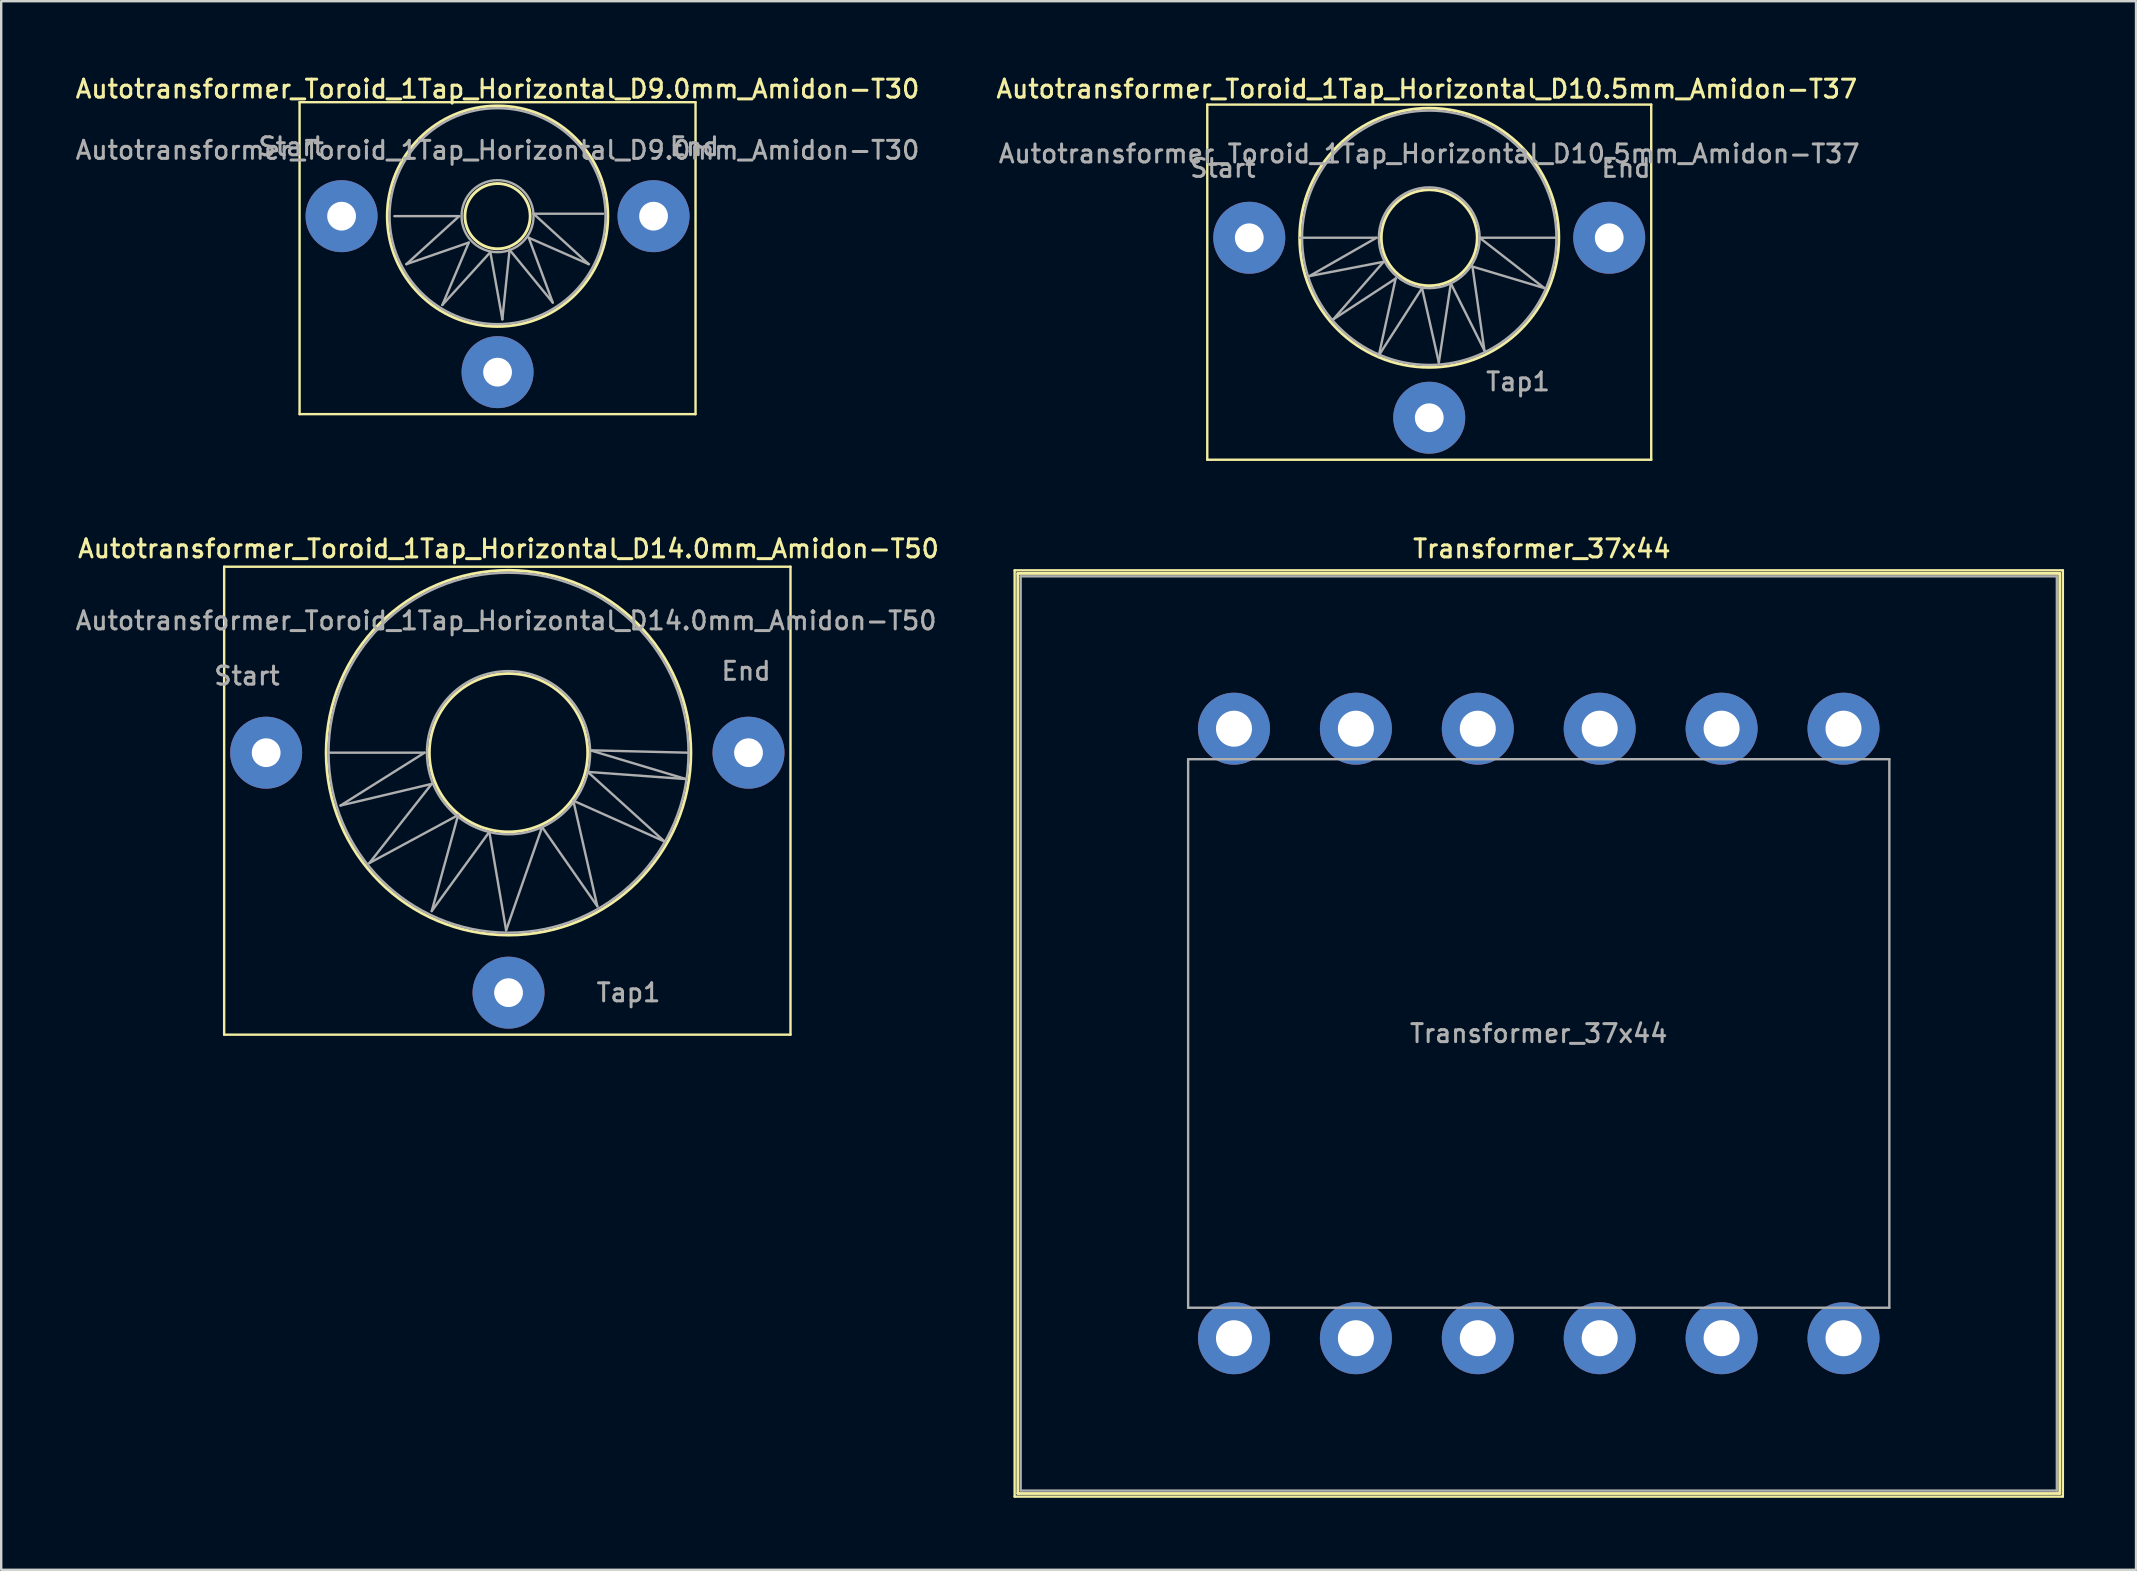
<source format=kicad_pcb>
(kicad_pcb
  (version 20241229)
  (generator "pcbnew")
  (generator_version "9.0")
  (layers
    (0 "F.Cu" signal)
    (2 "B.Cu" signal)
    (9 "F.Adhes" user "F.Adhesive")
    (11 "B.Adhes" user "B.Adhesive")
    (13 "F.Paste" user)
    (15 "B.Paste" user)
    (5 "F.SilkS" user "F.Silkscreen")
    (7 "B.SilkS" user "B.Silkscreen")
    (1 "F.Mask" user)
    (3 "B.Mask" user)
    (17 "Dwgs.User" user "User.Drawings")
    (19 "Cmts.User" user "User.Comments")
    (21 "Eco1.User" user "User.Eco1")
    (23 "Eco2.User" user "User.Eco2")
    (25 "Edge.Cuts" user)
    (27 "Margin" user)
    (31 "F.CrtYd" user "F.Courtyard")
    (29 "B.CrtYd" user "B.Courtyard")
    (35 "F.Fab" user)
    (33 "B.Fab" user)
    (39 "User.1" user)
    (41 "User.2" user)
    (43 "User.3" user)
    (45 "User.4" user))
  (footprint "Autotransformer_Toroid_1Tap_Horizontal_D9.0mm_Amidon-T30"
    (layer "F.Cu")
    (at 11.184 5.958)
    (property "Reference" "Autotransformer_Toroid_1Tap_Horizontal_D9.0mm_Amidon-T30" (at 6.5 -5.3 0) (layer "F.SilkS") (effects (font (size 0.75 0.75) (thickness 0.125))))
    (attr through_hole)
    (fp_line (start -1.75 -4.75) (end -1.75 8.25) (stroke (width 0.1) (type solid)) (layer "F.SilkS"))
    (fp_line (start -1.75 -4.75) (end 14.75 -4.75) (stroke (width 0.1) (type solid)) (layer "F.SilkS"))
    (fp_line (start 14.75 8.25) (end -1.75 8.25) (stroke (width 0.1) (type solid)) (layer "F.SilkS"))
    (fp_line (start 14.75 8.25) (end 14.75 -4.75) (stroke (width 0.1) (type solid)) (layer "F.SilkS"))
    (fp_circle (center 6.5 0) (end 7.6 0.8) (stroke (width 0.12) (type solid)) (fill no) (layer "F.SilkS"))
    (fp_circle (center 6.5 0) (end 9.8 3.2) (stroke (width 0.12) (type solid)) (fill no) (layer "F.SilkS"))
    (fp_line (start 2.2 0) (end 4.9 0) (stroke (width 0.1) (type solid)) (layer "F.Fab"))
    (fp_line (start 2.7 2) (end 5.3 1.1) (stroke (width 0.1) (type solid)) (layer "F.Fab"))
    (fp_line (start 4.2 3.7) (end 6.2 1.5) (stroke (width 0.1) (type solid)) (layer "F.Fab"))
    (fp_line (start 4.9 0) (end 2.7 2) (stroke (width 0.1) (type solid)) (layer "F.Fab"))
    (fp_line (start 5.3 1.1) (end 4.2 3.7) (stroke (width 0.1) (type solid)) (layer "F.Fab"))
    (fp_line (start 6.2 1.5) (end 6.7 4.3) (stroke (width 0.1) (type solid)) (layer "F.Fab"))
    (fp_line (start 6.7 4.3) (end 7 1.4) (stroke (width 0.1) (type solid)) (layer "F.Fab"))
    (fp_line (start 7 1.4) (end 8.8 3.6) (stroke (width 0.1) (type solid)) (layer "F.Fab"))
    (fp_line (start 7.8 0.9) (end 10.3 2) (stroke (width 0.1) (type solid)) (layer "F.Fab"))
    (fp_line (start 8 -0.1) (end 10.9 -0.1) (stroke (width 0.1) (type solid)) (layer "F.Fab"))
    (fp_line (start 8.8 3.6) (end 7.8 0.9) (stroke (width 0.1) (type solid)) (layer "F.Fab"))
    (fp_line (start 10.3 2) (end 8 -0.1) (stroke (width 0.1) (type solid)) (layer "F.Fab"))
    (fp_circle (center 6.5 0) (end 8 0) (stroke (width 0.1) (type solid)) (fill no) (layer "F.Fab"))
    (fp_circle (center 6.5 0) (end 11 0) (stroke (width 0.1) (type solid)) (fill no) (layer "F.Fab"))
    (fp_text user "${REFERENCE}" (at 6.5 -2.75 0) (layer "F.Fab") (effects (font (size 0.75 0.75) (thickness 0.125))))
    (fp_text user "End" (at 14.7 -2.9 0) (layer "F.Fab") (effects (font (size 0.75 0.75) (thickness 0.125))))
    (fp_text user "Start" (at -2.1 -2.9 0) (layer "F.Fab") (effects (font (size 0.75 0.75) (thickness 0.125))))
    (pad "1" thru_hole circle (at 0 0) (size 3 3) (drill 1.2) (layers "*.Cu" "*.Mask"))
    (pad "2" thru_hole circle (at 6.5 6.5) (size 3 3) (drill 1.2) (layers "*.Cu" "*.Mask"))
    (pad "3" thru_hole circle (at 13 0) (size 3 3) (drill 1.2) (layers "*.Cu" "*.Mask")))
  (footprint "Autotransformer_Toroid_1Tap_Horizontal_D14.0mm_Amidon-T50"
    (layer "F.Cu")
    (at 8.041 28.316)
    (property "Reference" "Autotransformer_Toroid_1Tap_Horizontal_D14.0mm_Amidon-T50" (at 10.1 -8.5 0) (layer "F.SilkS") (effects (font (size 0.75 0.75) (thickness 0.125))))
    (attr through_hole)
    (fp_line (start -1.75 -7.75) (end -1.75 11.75) (stroke (width 0.1) (type solid)) (layer "F.SilkS"))
    (fp_line (start -1.75 -7.75) (end 21.85 -7.75) (stroke (width 0.1) (type solid)) (layer "F.SilkS"))
    (fp_line (start 21.85 11.75) (end -1.75 11.75) (stroke (width 0.1) (type solid)) (layer "F.SilkS"))
    (fp_line (start 21.85 11.75) (end 21.85 -7.75) (stroke (width 0.1) (type solid)) (layer "F.SilkS"))
    (fp_circle (center 10.1 0) (end 13.4 0) (stroke (width 0.12) (type solid)) (fill no) (layer "F.SilkS"))
    (fp_circle (center 10.1 0) (end 17.7 0) (stroke (width 0.12) (type solid)) (fill no) (layer "F.SilkS"))
    (fp_line (start 2.6 0) (end 6.6 0) (stroke (width 0.1) (type solid)) (layer "F.Fab"))
    (fp_line (start 3.1 2.2) (end 6.9 1.3) (stroke (width 0.1) (type solid)) (layer "F.Fab"))
    (fp_line (start 4.3 4.6) (end 8 2.6) (stroke (width 0.1) (type solid)) (layer "F.Fab"))
    (fp_line (start 6.6 0) (end 3.1 2.2) (stroke (width 0.1) (type solid)) (layer "F.Fab"))
    (fp_line (start 6.9 1.3) (end 4.3 4.6) (stroke (width 0.1) (type solid)) (layer "F.Fab"))
    (fp_line (start 6.9 6.6) (end 9.3 3.3) (stroke (width 0.1) (type solid)) (layer "F.Fab"))
    (fp_line (start 8 2.6) (end 6.9 6.6) (stroke (width 0.1) (type solid)) (layer "F.Fab"))
    (fp_line (start 9.3 3.3) (end 10 7.4) (stroke (width 0.1) (type solid)) (layer "F.Fab"))
    (fp_line (start 10 7.4) (end 11.5 3.1) (stroke (width 0.1) (type solid)) (layer "F.Fab"))
    (fp_line (start 11.5 3.1) (end 13.8 6.4) (stroke (width 0.1) (type solid)) (layer "F.Fab"))
    (fp_line (start 12.8 2) (end 16.6 3.7) (stroke (width 0.1) (type solid)) (layer "F.Fab"))
    (fp_line (start 13.4 0.8) (end 17.5 1.1) (stroke (width 0.1) (type solid)) (layer "F.Fab"))
    (fp_line (start 13.5 -0.1) (end 17.6 0) (stroke (width 0.1) (type solid)) (layer "F.Fab"))
    (fp_line (start 13.8 6.4) (end 12.8 2) (stroke (width 0.1) (type solid)) (layer "F.Fab"))
    (fp_line (start 16.6 3.7) (end 13.4 0.8) (stroke (width 0.1) (type solid)) (layer "F.Fab"))
    (fp_line (start 17.5 1.1) (end 13.5 -0.1) (stroke (width 0.1) (type solid)) (layer "F.Fab"))
    (fp_circle (center 10.1 0) (end 13.5 0) (stroke (width 0.1) (type solid)) (fill no) (layer "F.Fab"))
    (fp_circle (center 10.1 0) (end 17.6 0) (stroke (width 0.1) (type solid)) (fill no) (layer "F.Fab"))
    (fp_text user "${REFERENCE}" (at 10 -5.5 0) (layer "F.Fab") (effects (font (size 0.75 0.75) (thickness 0.125))))
    (fp_text user "Start" (at -0.8 -3.2 0) (layer "F.Fab") (effects (font (size 0.75 0.75) (thickness 0.125))))
    (fp_text user "End" (at 20 -3.4 0) (layer "F.Fab") (effects (font (size 0.75 0.75) (thickness 0.125))))
    (fp_text user "Tap1" (at 15.1 10 0) (layer "F.Fab") (effects (font (size 0.75 0.75) (thickness 0.125))))
    (pad "1" thru_hole circle (at 0 0) (size 3 3) (drill 1.2) (layers "*.Cu" "*.Mask"))
    (pad "2" thru_hole circle (at 10.1 10) (size 3 3) (drill 1.2) (layers "*.Cu" "*.Mask"))
    (pad "3" thru_hole circle (at 20.1 0) (size 3 3) (drill 1.2) (layers "*.Cu" "*.Mask")))
  (footprint "Autotransformer_Toroid_1Tap_Horizontal_D10.5mm_Amidon-T37"
    (layer "F.Cu")
    (at 49.009 6.858)
    (property "Reference" "Autotransformer_Toroid_1Tap_Horizontal_D10.5mm_Amidon-T37" (at 7.4 -6.2 0) (layer "F.SilkS") (effects (font (size 0.75 0.75) (thickness 0.125))))
    (attr through_hole)
    (fp_line (start -1.75 -5.55) (end -1.75 9.25) (stroke (width 0.1) (type solid)) (layer "F.SilkS"))
    (fp_line (start -1.75 -5.55) (end 16.75 -5.55) (stroke (width 0.1) (type solid)) (layer "F.SilkS"))
    (fp_line (start 16.75 9.25) (end -1.75 9.25) (stroke (width 0.1) (type solid)) (layer "F.SilkS"))
    (fp_line (start 16.75 9.25) (end 16.75 -5.55) (stroke (width 0.1) (type solid)) (layer "F.SilkS"))
    (fp_circle (center 7.5 0) (end 9.5 0) (stroke (width 0.12) (type solid)) (fill no) (layer "F.SilkS"))
    (fp_circle (center 7.5 0) (end 12.9 0) (stroke (width 0.12) (type solid)) (fill no) (layer "F.SilkS"))
    (fp_line (start 2.1 0) (end 5.3 0) (stroke (width 0.1) (type solid)) (layer "F.Fab"))
    (fp_line (start 2.5 1.6) (end 5.6 1) (stroke (width 0.1) (type solid)) (layer "F.Fab"))
    (fp_line (start 3.5 3.4) (end 6.1 1.7) (stroke (width 0.1) (type solid)) (layer "F.Fab"))
    (fp_line (start 5.3 0) (end 2.5 1.6) (stroke (width 0.1) (type solid)) (layer "F.Fab"))
    (fp_line (start 5.4 4.9) (end 7.2 2.1) (stroke (width 0.1) (type solid)) (layer "F.Fab"))
    (fp_line (start 5.6 1) (end 3.5 3.4) (stroke (width 0.1) (type solid)) (layer "F.Fab"))
    (fp_line (start 6.1 1.7) (end 5.4 4.9) (stroke (width 0.1) (type solid)) (layer "F.Fab"))
    (fp_line (start 7.2 2.1) (end 7.9 5.2) (stroke (width 0.1) (type solid)) (layer "F.Fab"))
    (fp_line (start 7.9 5.2) (end 8.4 1.9) (stroke (width 0.1) (type solid)) (layer "F.Fab"))
    (fp_line (start 8.4 1.9) (end 9.8 4.7) (stroke (width 0.1) (type solid)) (layer "F.Fab"))
    (fp_line (start 9.3 1.2) (end 12.3 2.1) (stroke (width 0.1) (type solid)) (layer "F.Fab"))
    (fp_line (start 9.6 0) (end 12.8 0) (stroke (width 0.1) (type solid)) (layer "F.Fab"))
    (fp_line (start 9.8 4.7) (end 9.3 1.2) (stroke (width 0.1) (type solid)) (layer "F.Fab"))
    (fp_line (start 12.3 2.1) (end 9.6 0) (stroke (width 0.1) (type solid)) (layer "F.Fab"))
    (fp_circle (center 7.5 0) (end 9.6 0) (stroke (width 0.1) (type solid)) (fill no) (layer "F.Fab"))
    (fp_circle (center 7.5 0) (end 12.8 0) (stroke (width 0.1) (type solid)) (fill no) (layer "F.Fab"))
    (fp_text user "Start" (at -1.1 -2.9 0) (layer "F.Fab") (effects (font (size 0.75 0.75) (thickness 0.125))))
    (fp_text user "${REFERENCE}" (at 7.5 -3.5 0) (layer "F.Fab") (effects (font (size 0.75 0.75) (thickness 0.125))))
    (fp_text user "Tap1" (at 11.2 6 0) (layer "F.Fab") (effects (font (size 0.75 0.75) (thickness 0.125))))
    (fp_text user "End" (at 15.7 -2.9 0) (layer "F.Fab") (effects (font (size 0.75 0.75) (thickness 0.125))))
    (pad "1" thru_hole circle (at 0 0) (size 3 3) (drill 1.2) (layers "*.Cu" "*.Mask"))
    (pad "2" thru_hole circle (at 7.5 7.5) (size 3 3) (drill 1.2) (layers "*.Cu" "*.Mask"))
    (pad "3" thru_hole circle (at 15 0) (size 3 3) (drill 1.2) (layers "*.Cu" "*.Mask")))
  (footprint "Transformer_37x44"
    (layer "F.Cu")
    (at 53.452 27.316)
    (property "Reference" "Transformer_37x44" (at 7.75 -7.5 0) (layer "F.SilkS") (effects (font (size 0.75 0.75) (thickness 0.125))))
    (attr through_hole)
    (fp_line (start -14.22 -6.6) (end -14.22 32) (stroke (width 0.1) (type solid)) (layer "F.SilkS"))
    (fp_line (start -14.22 -6.6) (end 29.46 -6.6) (stroke (width 0.1) (type solid)) (layer "F.SilkS"))
    (fp_line (start -14.09 -6.47) (end -14.09 31.87) (stroke (width 0.12) (type solid)) (layer "F.SilkS"))
    (fp_line (start -14.09 -6.47) (end 29.33 -6.47) (stroke (width 0.12) (type solid)) (layer "F.SilkS"))
    (fp_line (start 29.33 31.87) (end -14.09 31.87) (stroke (width 0.12) (type solid)) (layer "F.SilkS"))
    (fp_line (start 29.33 31.87) (end 29.33 -6.47) (stroke (width 0.12) (type solid)) (layer "F.SilkS"))
    (fp_line (start 29.46 32) (end -14.22 32) (stroke (width 0.1) (type solid)) (layer "F.SilkS"))
    (fp_line (start 29.46 32) (end 29.46 -6.6) (stroke (width 0.1) (type solid)) (layer "F.SilkS"))
    (fp_line (start -13.97 -6.35) (end 29.21 -6.35) (stroke (width 0.1) (type solid)) (layer "F.Fab"))
    (fp_line (start -13.97 31.75) (end -13.97 -6.35) (stroke (width 0.1) (type solid)) (layer "F.Fab"))
    (fp_line (start -6.99 1.27) (end 22.23 1.27) (stroke (width 0.1) (type solid)) (layer "F.Fab"))
    (fp_line (start -6.99 24.13) (end -6.99 1.27) (stroke (width 0.1) (type solid)) (layer "F.Fab"))
    (fp_line (start 22.23 1.27) (end 22.23 24.13) (stroke (width 0.1) (type solid)) (layer "F.Fab"))
    (fp_line (start 22.23 24.13) (end -6.99 24.13) (stroke (width 0.1) (type solid)) (layer "F.Fab"))
    (fp_line (start 29.21 -6.35) (end 29.21 31.75) (stroke (width 0.1) (type solid)) (layer "F.Fab"))
    (fp_line (start 29.21 31.75) (end -13.97 31.75) (stroke (width 0.1) (type solid)) (layer "F.Fab"))
    (fp_text user "${REFERENCE}" (at 7.62 12.7 0) (layer "F.Fab") (effects (font (size 0.75 0.75) (thickness 0.125))))
    (pad "" thru_hole circle (at -5.08 0) (size 3 3) (drill 1.5) (layers "*.Cu" "*.Mask"))
    (pad "" thru_hole circle (at 0 25.4) (size 3 3) (drill 1.5) (layers "*.Cu" "*.Mask"))
    (pad "" thru_hole circle (at 5.08 0) (size 3 3) (drill 1.5) (layers "*.Cu" "*.Mask"))
    (pad "" thru_hole circle (at 10.16 0) (size 3 3) (drill 1.5) (layers "*.Cu" "*.Mask"))
    (pad "" thru_hole circle (at 10.16 25.4) (size 3 3) (drill 1.5) (layers "*.Cu" "*.Mask"))
    (pad "" thru_hole circle (at 15.24 0) (size 3 3) (drill 1.5) (layers "*.Cu" "*.Mask"))
    (pad "" thru_hole circle (at 15.24 25.4) (size 3 3) (drill 1.5) (layers "*.Cu" "*.Mask"))
    (pad "" thru_hole circle (at 20.32 25.4) (size 3 3) (drill 1.5) (layers "*.Cu" "*.Mask"))
    (pad "1" thru_hole circle (at 0 0) (size 3 3) (drill 1.5) (layers "*.Cu" "*.Mask"))
    (pad "2" thru_hole circle (at 20.32 0) (size 3 3) (drill 1.5) (layers "*.Cu" "*.Mask"))
    (pad "3" thru_hole circle (at 5.08 25.4) (size 3 3) (drill 1.5) (layers "*.Cu" "*.Mask"))
    (pad "4" thru_hole circle (at -5.08 25.4) (size 3 3) (drill 1.5) (layers "*.Cu" "*.Mask")))
  (gr_rect
    (start -3 -3)
    (end 85.962 62.366)
    (stroke (width 0.1) (type default))
    (fill no)
    (layer "Edge.Cuts")))
</source>
